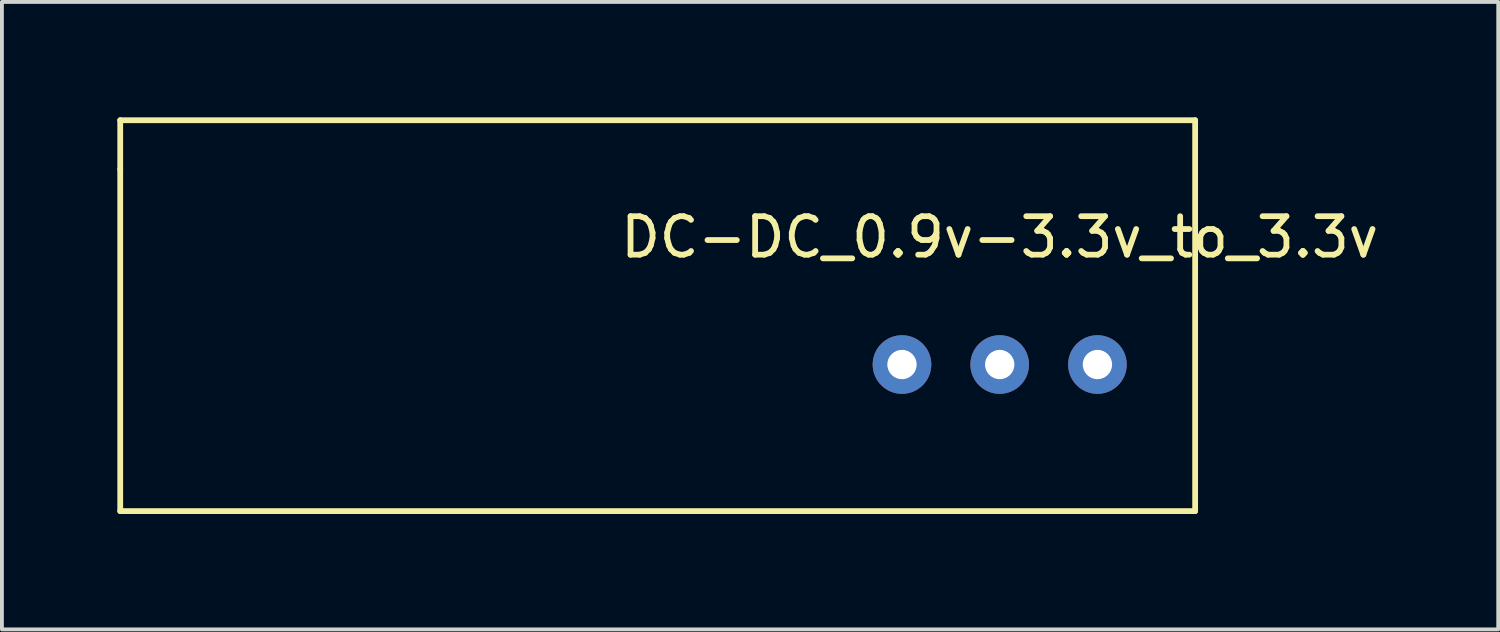
<source format=kicad_pcb>
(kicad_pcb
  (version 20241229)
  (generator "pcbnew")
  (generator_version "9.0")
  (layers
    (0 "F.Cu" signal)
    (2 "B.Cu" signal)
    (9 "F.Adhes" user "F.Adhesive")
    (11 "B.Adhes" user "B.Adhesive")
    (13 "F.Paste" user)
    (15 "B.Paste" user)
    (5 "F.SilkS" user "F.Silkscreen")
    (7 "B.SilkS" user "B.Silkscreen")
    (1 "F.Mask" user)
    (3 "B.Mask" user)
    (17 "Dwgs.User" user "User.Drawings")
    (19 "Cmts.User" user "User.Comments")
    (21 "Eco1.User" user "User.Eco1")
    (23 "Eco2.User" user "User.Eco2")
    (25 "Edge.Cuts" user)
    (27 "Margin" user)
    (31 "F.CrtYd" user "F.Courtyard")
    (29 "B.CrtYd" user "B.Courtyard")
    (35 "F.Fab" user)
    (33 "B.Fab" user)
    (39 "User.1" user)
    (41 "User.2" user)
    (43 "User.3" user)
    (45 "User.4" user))
  (footprint "DC-DC_0.9v-3.3v_to_3.3v"
    (layer "F.Cu")
    (at 22.935 2.615)
    (property "Reference" "DC-DC_0.9v-3.3v_to_3.3v" (at 0 0.5 0) (layer "F.SilkS") (effects (font (size 1 1) (thickness 0.15))))
    (attr through_hole)
    (fp_line (start -22.86 -2.54) (end 5.08 -2.54) (stroke (width 0.15) (type solid)) (layer "F.SilkS"))
    (fp_line (start -22.86 -1.27) (end -22.86 -2.54) (stroke (width 0.15) (type solid)) (layer "F.SilkS"))
    (fp_line (start -22.86 7.62) (end -22.86 -1.27) (stroke (width 0.15) (type solid)) (layer "F.SilkS"))
    (fp_line (start 5.08 -2.54) (end 5.08 7.62) (stroke (width 0.15) (type solid)) (layer "F.SilkS"))
    (fp_line (start 5.08 7.62) (end -22.86 7.62) (stroke (width 0.15) (type solid)) (layer "F.SilkS"))
    (pad "1" thru_hole circle (at -2.54 3.81) (size 1.524 1.524) (drill 0.762) (layers "*.Cu" "*.Mask"))
    (pad "2" thru_hole circle (at 0 3.81) (size 1.524 1.524) (drill 0.762) (layers "*.Cu" "*.Mask"))
    (pad "3" thru_hole circle (at 2.54 3.81) (size 1.524 1.524) (drill 0.762) (layers "*.Cu" "*.Mask")))
  (gr_rect
    (start -3 -3)
    (end 35.893 13.31)
    (stroke (width 0.1) (type default))
    (fill no)
    (layer "Edge.Cuts")))
</source>
